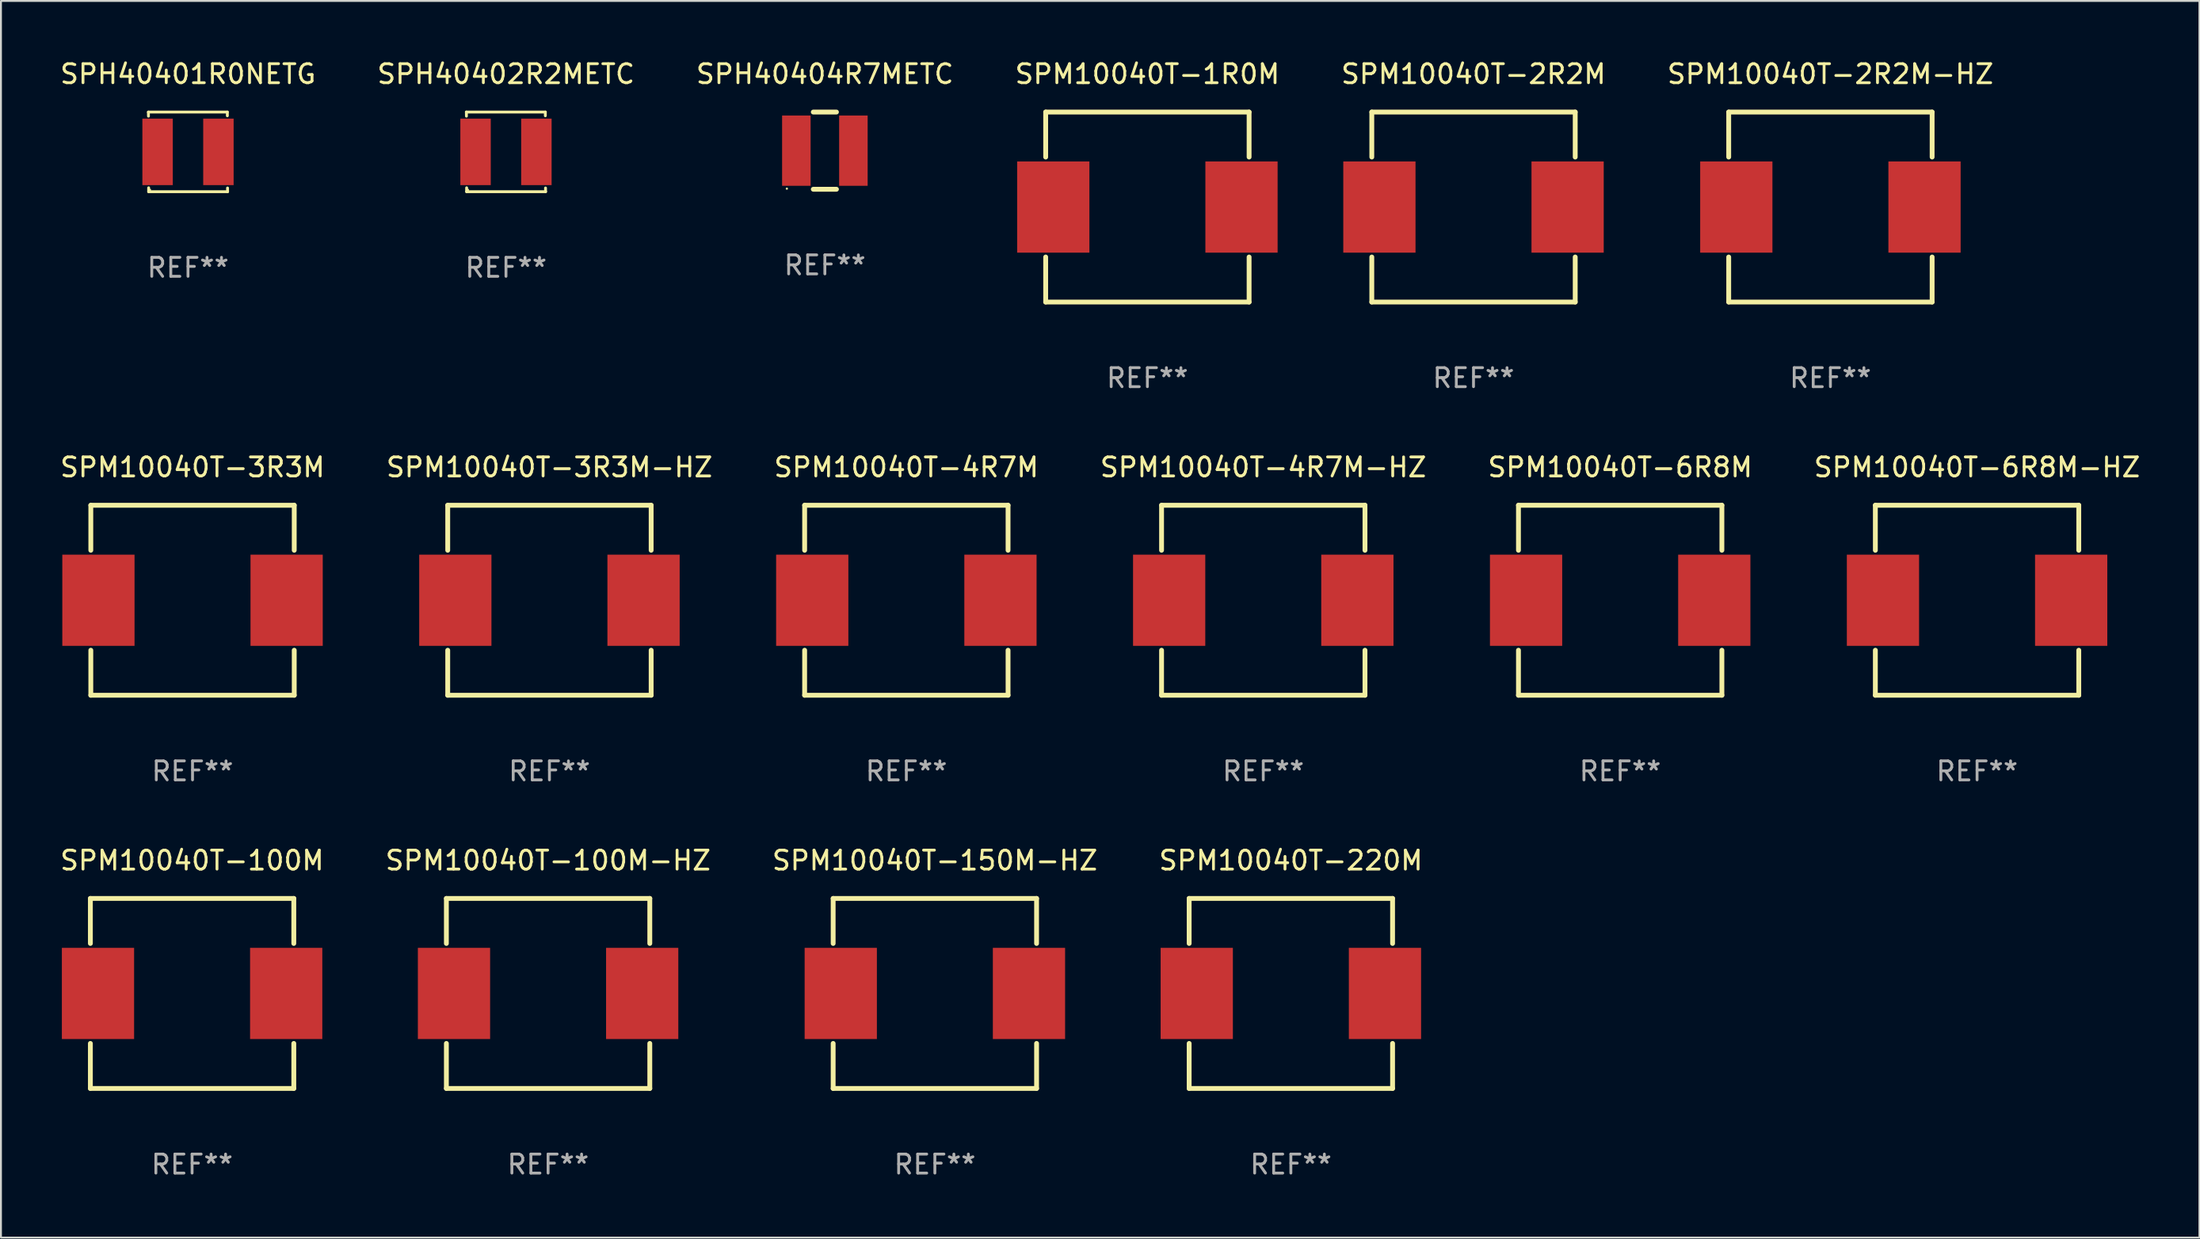
<source format=kicad_pcb>
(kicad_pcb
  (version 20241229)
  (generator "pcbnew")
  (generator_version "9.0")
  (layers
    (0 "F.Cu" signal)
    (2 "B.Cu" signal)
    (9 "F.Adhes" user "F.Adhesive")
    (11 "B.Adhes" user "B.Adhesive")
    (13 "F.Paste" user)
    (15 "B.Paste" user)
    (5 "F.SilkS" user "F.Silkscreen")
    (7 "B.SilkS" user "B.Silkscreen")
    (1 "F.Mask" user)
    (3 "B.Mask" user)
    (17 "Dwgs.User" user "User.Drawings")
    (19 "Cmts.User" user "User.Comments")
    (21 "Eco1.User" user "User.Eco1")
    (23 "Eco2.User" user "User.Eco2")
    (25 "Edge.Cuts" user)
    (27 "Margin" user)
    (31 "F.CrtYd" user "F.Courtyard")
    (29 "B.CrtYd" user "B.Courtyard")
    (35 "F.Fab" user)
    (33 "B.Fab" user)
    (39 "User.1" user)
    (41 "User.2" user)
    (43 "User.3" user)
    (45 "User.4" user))
  (footprint "SPM10040T-100M"
    (layer "F.Cu")
    (at 7.054 49.241)
    (property "Reference" "SPM10040T-100M" (at 0 -7 0) (layer "F.SilkS") (effects (font (size 1 1) (thickness 0.15))))
    (attr through_hole)
    (fp_line (start -5.35 -5) (end -5.35 -2.631) (stroke (width 0.254) (type solid)) (layer "F.SilkS"))
    (fp_line (start -5.35 -5) (end 5.35 -5) (stroke (width 0.254) (type solid)) (layer "F.SilkS"))
    (fp_line (start -5.35 2.631) (end -5.35 5) (stroke (width 0.254) (type solid)) (layer "F.SilkS"))
    (fp_line (start 5.35 -2.631) (end 5.35 -5) (stroke (width 0.254) (type solid)) (layer "F.SilkS"))
    (fp_line (start 5.35 5) (end -5.35 5) (stroke (width 0.254) (type solid)) (layer "F.SilkS"))
    (fp_line (start 5.35 5) (end 5.35 2.631) (stroke (width 0.254) (type solid)) (layer "F.SilkS"))
    (fp_circle (center -5.35 -5) (end -5.32 -5) (stroke (width 0.06) (type solid)) (fill no) (layer "F.SilkS"))
    (fp_text user "REF**" (at 0 9 0) (layer "F.Fab") (effects (font (size 1 1) (thickness 0.15))))
    (pad "1" smd rect (at -4.95 0) (size 3.8 4.8) (layers "F.Cu" "F.Mask" "F.Paste"))
    (pad "2" smd rect (at 4.95 0) (size 3.8 4.8) (layers "F.Cu" "F.Mask" "F.Paste")))
  (footprint "SPM10040T-2R2M-HZ"
    (layer "F.Cu")
    (at 93.232 7.848)
    (property "Reference" "SPM10040T-2R2M-HZ" (at 0 -7 0) (layer "F.SilkS") (effects (font (size 1 1) (thickness 0.15))))
    (attr through_hole)
    (fp_line (start -5.35 -5) (end -5.35 -2.631) (stroke (width 0.254) (type solid)) (layer "F.SilkS"))
    (fp_line (start -5.35 -5) (end 5.35 -5) (stroke (width 0.254) (type solid)) (layer "F.SilkS"))
    (fp_line (start -5.35 2.631) (end -5.35 5) (stroke (width 0.254) (type solid)) (layer "F.SilkS"))
    (fp_line (start 5.35 -2.631) (end 5.35 -5) (stroke (width 0.254) (type solid)) (layer "F.SilkS"))
    (fp_line (start 5.35 5) (end -5.35 5) (stroke (width 0.254) (type solid)) (layer "F.SilkS"))
    (fp_line (start 5.35 5) (end 5.35 2.631) (stroke (width 0.254) (type solid)) (layer "F.SilkS"))
    (fp_circle (center -5.35 -5) (end -5.32 -5) (stroke (width 0.06) (type solid)) (fill no) (layer "F.SilkS"))
    (fp_text user "REF**" (at 0 9 0) (layer "F.Fab") (effects (font (size 1 1) (thickness 0.15))))
    (pad "1" smd rect (at -4.95 0) (size 3.8 4.8) (layers "F.Cu" "F.Mask" "F.Paste"))
    (pad "2" smd rect (at 4.95 0) (size 3.8 4.8) (layers "F.Cu" "F.Mask" "F.Paste")))
  (footprint "SPM10040T-2R2M"
    (layer "F.Cu")
    (at 74.458 7.848)
    (property "Reference" "SPM10040T-2R2M" (at 0 -7 0) (layer "F.SilkS") (effects (font (size 1 1) (thickness 0.15))))
    (attr through_hole)
    (fp_line (start -5.35 -5) (end -5.35 -2.631) (stroke (width 0.254) (type solid)) (layer "F.SilkS"))
    (fp_line (start -5.35 -5) (end 5.35 -5) (stroke (width 0.254) (type solid)) (layer "F.SilkS"))
    (fp_line (start -5.35 2.631) (end -5.35 5) (stroke (width 0.254) (type solid)) (layer "F.SilkS"))
    (fp_line (start 5.35 -2.631) (end 5.35 -5) (stroke (width 0.254) (type solid)) (layer "F.SilkS"))
    (fp_line (start 5.35 5) (end -5.35 5) (stroke (width 0.254) (type solid)) (layer "F.SilkS"))
    (fp_line (start 5.35 5) (end 5.35 2.631) (stroke (width 0.254) (type solid)) (layer "F.SilkS"))
    (fp_circle (center -5.35 -5) (end -5.32 -5) (stroke (width 0.06) (type solid)) (fill no) (layer "F.SilkS"))
    (fp_text user "REF**" (at 0 9 0) (layer "F.Fab") (effects (font (size 1 1) (thickness 0.15))))
    (pad "1" smd rect (at -4.95 0) (size 3.8 4.8) (layers "F.Cu" "F.Mask" "F.Paste"))
    (pad "2" smd rect (at 4.95 0) (size 3.8 4.8) (layers "F.Cu" "F.Mask" "F.Paste")))
  (footprint "SPM10040T-6R8M"
    (layer "F.Cu")
    (at 82.173 28.545)
    (property "Reference" "SPM10040T-6R8M" (at 0 -7 0) (layer "F.SilkS") (effects (font (size 1 1) (thickness 0.15))))
    (attr through_hole)
    (fp_line (start -5.35 -5) (end -5.35 -2.631) (stroke (width 0.254) (type solid)) (layer "F.SilkS"))
    (fp_line (start -5.35 -5) (end 5.35 -5) (stroke (width 0.254) (type solid)) (layer "F.SilkS"))
    (fp_line (start -5.35 2.631) (end -5.35 5) (stroke (width 0.254) (type solid)) (layer "F.SilkS"))
    (fp_line (start 5.35 -2.631) (end 5.35 -5) (stroke (width 0.254) (type solid)) (layer "F.SilkS"))
    (fp_line (start 5.35 5) (end -5.35 5) (stroke (width 0.254) (type solid)) (layer "F.SilkS"))
    (fp_line (start 5.35 5) (end 5.35 2.631) (stroke (width 0.254) (type solid)) (layer "F.SilkS"))
    (fp_circle (center -5.35 -5) (end -5.32 -5) (stroke (width 0.06) (type solid)) (fill no) (layer "F.SilkS"))
    (fp_text user "REF**" (at 0 9 0) (layer "F.Fab") (effects (font (size 1 1) (thickness 0.15))))
    (pad "1" smd rect (at -4.95 0) (size 3.8 4.8) (layers "F.Cu" "F.Mask" "F.Paste"))
    (pad "2" smd rect (at 4.95 0) (size 3.8 4.8) (layers "F.Cu" "F.Mask" "F.Paste")))
  (footprint "SPM10040T-220M"
    (layer "F.Cu")
    (at 64.851 49.241)
    (property "Reference" "SPM10040T-220M" (at 0 -7 0) (layer "F.SilkS") (effects (font (size 1 1) (thickness 0.15))))
    (attr through_hole)
    (fp_line (start -5.35 -5) (end -5.35 -2.631) (stroke (width 0.254) (type solid)) (layer "F.SilkS"))
    (fp_line (start -5.35 -5) (end 5.35 -5) (stroke (width 0.254) (type solid)) (layer "F.SilkS"))
    (fp_line (start -5.35 2.631) (end -5.35 5) (stroke (width 0.254) (type solid)) (layer "F.SilkS"))
    (fp_line (start 5.35 -2.631) (end 5.35 -5) (stroke (width 0.254) (type solid)) (layer "F.SilkS"))
    (fp_line (start 5.35 5) (end -5.35 5) (stroke (width 0.254) (type solid)) (layer "F.SilkS"))
    (fp_line (start 5.35 5) (end 5.35 2.631) (stroke (width 0.254) (type solid)) (layer "F.SilkS"))
    (fp_circle (center -5.35 -5) (end -5.32 -5) (stroke (width 0.06) (type solid)) (fill no) (layer "F.SilkS"))
    (fp_text user "REF**" (at 0 9 0) (layer "F.Fab") (effects (font (size 1 1) (thickness 0.15))))
    (pad "1" smd rect (at -4.95 0) (size 3.8 4.8) (layers "F.Cu" "F.Mask" "F.Paste"))
    (pad "2" smd rect (at 4.95 0) (size 3.8 4.8) (layers "F.Cu" "F.Mask" "F.Paste")))
  (footprint "SPM10040T-1R0M"
    (layer "F.Cu")
    (at 57.304 7.848)
    (property "Reference" "SPM10040T-1R0M" (at 0 -7 0) (layer "F.SilkS") (effects (font (size 1 1) (thickness 0.15))))
    (attr through_hole)
    (fp_line (start -5.35 -5) (end -5.35 -2.631) (stroke (width 0.254) (type solid)) (layer "F.SilkS"))
    (fp_line (start -5.35 -5) (end 5.35 -5) (stroke (width 0.254) (type solid)) (layer "F.SilkS"))
    (fp_line (start -5.35 2.631) (end -5.35 5) (stroke (width 0.254) (type solid)) (layer "F.SilkS"))
    (fp_line (start 5.35 -2.631) (end 5.35 -5) (stroke (width 0.254) (type solid)) (layer "F.SilkS"))
    (fp_line (start 5.35 5) (end -5.35 5) (stroke (width 0.254) (type solid)) (layer "F.SilkS"))
    (fp_line (start 5.35 5) (end 5.35 2.631) (stroke (width 0.254) (type solid)) (layer "F.SilkS"))
    (fp_circle (center -5.35 -5) (end -5.32 -5) (stroke (width 0.06) (type solid)) (fill no) (layer "F.SilkS"))
    (fp_text user "REF**" (at 0 9 0) (layer "F.Fab") (effects (font (size 1 1) (thickness 0.15))))
    (pad "1" smd rect (at -4.95 0) (size 3.8 4.8) (layers "F.Cu" "F.Mask" "F.Paste"))
    (pad "2" smd rect (at 4.95 0) (size 3.8 4.8) (layers "F.Cu" "F.Mask" "F.Paste")))
  (footprint "SPH40401R0NETG"
    (layer "F.Cu")
    (at 6.839 4.944)
    (property "Reference" "SPH40401R0NETG" (at 0 -4.096 0) (layer "F.SilkS") (effects (font (size 1 1) (thickness 0.15))))
    (attr through_hole)
    (fp_line (start -2.083 -2.096) (end -2.08 -1.88) (stroke (width 0.15) (type solid)) (layer "F.SilkS"))
    (fp_line (start -2.07 1.89) (end -2.07 2.096) (stroke (width 0.15) (type solid)) (layer "F.SilkS"))
    (fp_line (start -2.07 2.096) (end 2.083 2.096) (stroke (width 0.15) (type solid)) (layer "F.SilkS"))
    (fp_line (start 2.07 -1.9) (end 2.07 -2.096) (stroke (width 0.15) (type solid)) (layer "F.SilkS"))
    (fp_line (start 2.07 -2.096) (end -2.083 -2.096) (stroke (width 0.15) (type solid)) (layer "F.SilkS"))
    (fp_line (start 2.083 2.096) (end 2.08 1.9) (stroke (width 0.15) (type solid)) (layer "F.SilkS"))
    (fp_circle (center -2 2) (end -1.97 2) (stroke (width 0.06) (type solid)) (fill no) (layer "F.SilkS"))
    (fp_text user "REF**" (at 0 6.096 0) (layer "F.Fab") (effects (font (size 1 1) (thickness 0.15))))
    (pad "1" smd rect (at -1.6 -0.000343) (size 1.6 3.5) (layers "F.Cu" "F.Mask" "F.Paste"))
    (pad "2" smd rect (at 1.6 -0.000343) (size 1.6 3.5) (layers "F.Cu" "F.Mask" "F.Paste")))
  (footprint "SPM10040T-3R3M"
    (layer "F.Cu")
    (at 7.077 28.545)
    (property "Reference" "SPM10040T-3R3M" (at 0 -7 0) (layer "F.SilkS") (effects (font (size 1 1) (thickness 0.15))))
    (attr through_hole)
    (fp_line (start -5.35 -5) (end -5.35 -2.631) (stroke (width 0.254) (type solid)) (layer "F.SilkS"))
    (fp_line (start -5.35 -5) (end 5.35 -5) (stroke (width 0.254) (type solid)) (layer "F.SilkS"))
    (fp_line (start -5.35 2.631) (end -5.35 5) (stroke (width 0.254) (type solid)) (layer "F.SilkS"))
    (fp_line (start 5.35 -2.631) (end 5.35 -5) (stroke (width 0.254) (type solid)) (layer "F.SilkS"))
    (fp_line (start 5.35 5) (end -5.35 5) (stroke (width 0.254) (type solid)) (layer "F.SilkS"))
    (fp_line (start 5.35 5) (end 5.35 2.631) (stroke (width 0.254) (type solid)) (layer "F.SilkS"))
    (fp_circle (center -5.35 -5) (end -5.32 -5) (stroke (width 0.06) (type solid)) (fill no) (layer "F.SilkS"))
    (fp_text user "REF**" (at 0 9 0) (layer "F.Fab") (effects (font (size 1 1) (thickness 0.15))))
    (pad "1" smd rect (at -4.95 0) (size 3.8 4.8) (layers "F.Cu" "F.Mask" "F.Paste"))
    (pad "2" smd rect (at 4.95 0) (size 3.8 4.8) (layers "F.Cu" "F.Mask" "F.Paste")))
  (footprint "SPM10040T-6R8M-HZ"
    (layer "F.Cu")
    (at 100.946 28.545)
    (property "Reference" "SPM10040T-6R8M-HZ" (at 0 -7 0) (layer "F.SilkS") (effects (font (size 1 1) (thickness 0.15))))
    (attr through_hole)
    (fp_line (start -5.35 -5) (end -5.35 -2.631) (stroke (width 0.254) (type solid)) (layer "F.SilkS"))
    (fp_line (start -5.35 -5) (end 5.35 -5) (stroke (width 0.254) (type solid)) (layer "F.SilkS"))
    (fp_line (start -5.35 2.631) (end -5.35 5) (stroke (width 0.254) (type solid)) (layer "F.SilkS"))
    (fp_line (start 5.35 -2.631) (end 5.35 -5) (stroke (width 0.254) (type solid)) (layer "F.SilkS"))
    (fp_line (start 5.35 5) (end -5.35 5) (stroke (width 0.254) (type solid)) (layer "F.SilkS"))
    (fp_line (start 5.35 5) (end 5.35 2.631) (stroke (width 0.254) (type solid)) (layer "F.SilkS"))
    (fp_circle (center -5.35 -5) (end -5.32 -5) (stroke (width 0.06) (type solid)) (fill no) (layer "F.SilkS"))
    (fp_text user "REF**" (at 0 9 0) (layer "F.Fab") (effects (font (size 1 1) (thickness 0.15))))
    (pad "1" smd rect (at -4.95 0) (size 3.8 4.8) (layers "F.Cu" "F.Mask" "F.Paste"))
    (pad "2" smd rect (at 4.95 0) (size 3.8 4.8) (layers "F.Cu" "F.Mask" "F.Paste")))
  (footprint "SPM10040T-4R7M-HZ"
    (layer "F.Cu")
    (at 63.399 28.545)
    (property "Reference" "SPM10040T-4R7M-HZ" (at 0 -7 0) (layer "F.SilkS") (effects (font (size 1 1) (thickness 0.15))))
    (attr through_hole)
    (fp_line (start -5.35 -5) (end -5.35 -2.631) (stroke (width 0.254) (type solid)) (layer "F.SilkS"))
    (fp_line (start -5.35 -5) (end 5.35 -5) (stroke (width 0.254) (type solid)) (layer "F.SilkS"))
    (fp_line (start -5.35 2.631) (end -5.35 5) (stroke (width 0.254) (type solid)) (layer "F.SilkS"))
    (fp_line (start 5.35 -2.631) (end 5.35 -5) (stroke (width 0.254) (type solid)) (layer "F.SilkS"))
    (fp_line (start 5.35 5) (end -5.35 5) (stroke (width 0.254) (type solid)) (layer "F.SilkS"))
    (fp_line (start 5.35 5) (end 5.35 2.631) (stroke (width 0.254) (type solid)) (layer "F.SilkS"))
    (fp_circle (center -5.35 -5) (end -5.32 -5) (stroke (width 0.06) (type solid)) (fill no) (layer "F.SilkS"))
    (fp_text user "REF**" (at 0 9 0) (layer "F.Fab") (effects (font (size 1 1) (thickness 0.15))))
    (pad "1" smd rect (at -4.95 0) (size 3.8 4.8) (layers "F.Cu" "F.Mask" "F.Paste"))
    (pad "2" smd rect (at 4.95 0) (size 3.8 4.8) (layers "F.Cu" "F.Mask" "F.Paste")))
  (footprint "SPM10040T-3R3M-HZ"
    (layer "F.Cu")
    (at 25.851 28.545)
    (property "Reference" "SPM10040T-3R3M-HZ" (at 0 -7 0) (layer "F.SilkS") (effects (font (size 1 1) (thickness 0.15))))
    (attr through_hole)
    (fp_line (start -5.35 -5) (end -5.35 -2.631) (stroke (width 0.254) (type solid)) (layer "F.SilkS"))
    (fp_line (start -5.35 -5) (end 5.35 -5) (stroke (width 0.254) (type solid)) (layer "F.SilkS"))
    (fp_line (start -5.35 2.631) (end -5.35 5) (stroke (width 0.254) (type solid)) (layer "F.SilkS"))
    (fp_line (start 5.35 -2.631) (end 5.35 -5) (stroke (width 0.254) (type solid)) (layer "F.SilkS"))
    (fp_line (start 5.35 5) (end -5.35 5) (stroke (width 0.254) (type solid)) (layer "F.SilkS"))
    (fp_line (start 5.35 5) (end 5.35 2.631) (stroke (width 0.254) (type solid)) (layer "F.SilkS"))
    (fp_circle (center -5.35 -5) (end -5.32 -5) (stroke (width 0.06) (type solid)) (fill no) (layer "F.SilkS"))
    (fp_text user "REF**" (at 0 9 0) (layer "F.Fab") (effects (font (size 1 1) (thickness 0.15))))
    (pad "1" smd rect (at -4.95 0) (size 3.8 4.8) (layers "F.Cu" "F.Mask" "F.Paste"))
    (pad "2" smd rect (at 4.95 0) (size 3.8 4.8) (layers "F.Cu" "F.Mask" "F.Paste")))
  (footprint "SPM10040T-100M-HZ"
    (layer "F.Cu")
    (at 25.78 49.241)
    (property "Reference" "SPM10040T-100M-HZ" (at 0 -7 0) (layer "F.SilkS") (effects (font (size 1 1) (thickness 0.15))))
    (attr through_hole)
    (fp_line (start -5.35 -5) (end -5.35 -2.631) (stroke (width 0.254) (type solid)) (layer "F.SilkS"))
    (fp_line (start -5.35 -5) (end 5.35 -5) (stroke (width 0.254) (type solid)) (layer "F.SilkS"))
    (fp_line (start -5.35 2.631) (end -5.35 5) (stroke (width 0.254) (type solid)) (layer "F.SilkS"))
    (fp_line (start 5.35 -2.631) (end 5.35 -5) (stroke (width 0.254) (type solid)) (layer "F.SilkS"))
    (fp_line (start 5.35 5) (end -5.35 5) (stroke (width 0.254) (type solid)) (layer "F.SilkS"))
    (fp_line (start 5.35 5) (end 5.35 2.631) (stroke (width 0.254) (type solid)) (layer "F.SilkS"))
    (fp_circle (center -5.35 -5) (end -5.32 -5) (stroke (width 0.06) (type solid)) (fill no) (layer "F.SilkS"))
    (fp_text user "REF**" (at 0 9 0) (layer "F.Fab") (effects (font (size 1 1) (thickness 0.15))))
    (pad "1" smd rect (at -4.95 0) (size 3.8 4.8) (layers "F.Cu" "F.Mask" "F.Paste"))
    (pad "2" smd rect (at 4.95 0) (size 3.8 4.8) (layers "F.Cu" "F.Mask" "F.Paste")))
  (footprint "SPM10040T-4R7M"
    (layer "F.Cu")
    (at 44.625 28.545)
    (property "Reference" "SPM10040T-4R7M" (at 0 -7 0) (layer "F.SilkS") (effects (font (size 1 1) (thickness 0.15))))
    (attr through_hole)
    (fp_line (start -5.35 -5) (end -5.35 -2.631) (stroke (width 0.254) (type solid)) (layer "F.SilkS"))
    (fp_line (start -5.35 -5) (end 5.35 -5) (stroke (width 0.254) (type solid)) (layer "F.SilkS"))
    (fp_line (start -5.35 2.631) (end -5.35 5) (stroke (width 0.254) (type solid)) (layer "F.SilkS"))
    (fp_line (start 5.35 -2.631) (end 5.35 -5) (stroke (width 0.254) (type solid)) (layer "F.SilkS"))
    (fp_line (start 5.35 5) (end -5.35 5) (stroke (width 0.254) (type solid)) (layer "F.SilkS"))
    (fp_line (start 5.35 5) (end 5.35 2.631) (stroke (width 0.254) (type solid)) (layer "F.SilkS"))
    (fp_circle (center -5.35 -5) (end -5.32 -5) (stroke (width 0.06) (type solid)) (fill no) (layer "F.SilkS"))
    (fp_text user "REF**" (at 0 9 0) (layer "F.Fab") (effects (font (size 1 1) (thickness 0.15))))
    (pad "1" smd rect (at -4.95 0) (size 3.8 4.8) (layers "F.Cu" "F.Mask" "F.Paste"))
    (pad "2" smd rect (at 4.95 0) (size 3.8 4.8) (layers "F.Cu" "F.Mask" "F.Paste")))
  (footprint "SPH40402R2METC"
    (layer "F.Cu")
    (at 23.565 4.944)
    (property "Reference" "SPH40402R2METC" (at 0 -4.096 0) (layer "F.SilkS") (effects (font (size 1 1) (thickness 0.15))))
    (attr through_hole)
    (fp_line (start -2.083 -2.096) (end -2.08 -1.88) (stroke (width 0.15) (type solid)) (layer "F.SilkS"))
    (fp_line (start -2.07 1.89) (end -2.07 2.096) (stroke (width 0.15) (type solid)) (layer "F.SilkS"))
    (fp_line (start -2.07 2.096) (end 2.083 2.096) (stroke (width 0.15) (type solid)) (layer "F.SilkS"))
    (fp_line (start 2.07 -1.9) (end 2.07 -2.096) (stroke (width 0.15) (type solid)) (layer "F.SilkS"))
    (fp_line (start 2.07 -2.096) (end -2.083 -2.096) (stroke (width 0.15) (type solid)) (layer "F.SilkS"))
    (fp_line (start 2.083 2.096) (end 2.08 1.9) (stroke (width 0.15) (type solid)) (layer "F.SilkS"))
    (fp_circle (center -2 2) (end -1.97 2) (stroke (width 0.06) (type solid)) (fill no) (layer "F.SilkS"))
    (fp_text user "REF**" (at 0 6.096 0) (layer "F.Fab") (effects (font (size 1 1) (thickness 0.15))))
    (pad "1" smd rect (at -1.6 -0.000343) (size 1.6 3.5) (layers "F.Cu" "F.Mask" "F.Paste"))
    (pad "2" smd rect (at 1.6 -0.000343) (size 1.6 3.5) (layers "F.Cu" "F.Mask" "F.Paste")))
  (footprint "SPM10040T-150M-HZ"
    (layer "F.Cu")
    (at 46.125 49.241)
    (property "Reference" "SPM10040T-150M-HZ" (at 0 -7 0) (layer "F.SilkS") (effects (font (size 1 1) (thickness 0.15))))
    (attr through_hole)
    (fp_line (start -5.35 -5) (end -5.35 -2.631) (stroke (width 0.254) (type solid)) (layer "F.SilkS"))
    (fp_line (start -5.35 -5) (end 5.35 -5) (stroke (width 0.254) (type solid)) (layer "F.SilkS"))
    (fp_line (start -5.35 2.631) (end -5.35 5) (stroke (width 0.254) (type solid)) (layer "F.SilkS"))
    (fp_line (start 5.35 -2.631) (end 5.35 -5) (stroke (width 0.254) (type solid)) (layer "F.SilkS"))
    (fp_line (start 5.35 5) (end -5.35 5) (stroke (width 0.254) (type solid)) (layer "F.SilkS"))
    (fp_line (start 5.35 5) (end 5.35 2.631) (stroke (width 0.254) (type solid)) (layer "F.SilkS"))
    (fp_circle (center -5.35 -5) (end -5.32 -5) (stroke (width 0.06) (type solid)) (fill no) (layer "F.SilkS"))
    (fp_text user "REF**" (at 0 9 0) (layer "F.Fab") (effects (font (size 1 1) (thickness 0.15))))
    (pad "1" smd rect (at -4.95 0) (size 3.8 4.8) (layers "F.Cu" "F.Mask" "F.Paste"))
    (pad "2" smd rect (at 4.95 0) (size 3.8 4.8) (layers "F.Cu" "F.Mask" "F.Paste")))
  (footprint "SPH40404R7METC"
    (layer "F.Cu")
    (at 40.339 4.88)
    (property "Reference" "SPH40404R7METC" (at 0 -4.032 0) (layer "F.SilkS") (effects (font (size 1 1) (thickness 0.15))))
    (attr through_hole)
    (fp_line (start -0.609 -2.032) (end 0.609 -2.032) (stroke (width 0.254) (type solid)) (layer "F.SilkS"))
    (fp_line (start -0.609 2.032) (end 0.609 2.032) (stroke (width 0.254) (type solid)) (layer "F.SilkS"))
    (fp_circle (center -2 2) (end -1.97 2) (stroke (width 0.06) (type solid)) (fill no) (layer "F.SilkS"))
    (fp_text user "REF**" (at 0 6.032 0) (layer "F.Fab") (effects (font (size 1 1) (thickness 0.15))))
    (pad "1" smd rect (at -1.5 0 90) (size 3.7 1.5) (layers "F.Cu" "F.Mask" "F.Paste"))
    (pad "2" smd rect (at 1.5 0 90) (size 3.7 1.5) (layers "F.Cu" "F.Mask" "F.Paste")))
  (gr_rect
    (start -3 -3)
    (end 112.643 62.09)
    (stroke (width 0.1) (type default))
    (fill no)
    (layer "Edge.Cuts")))
</source>
